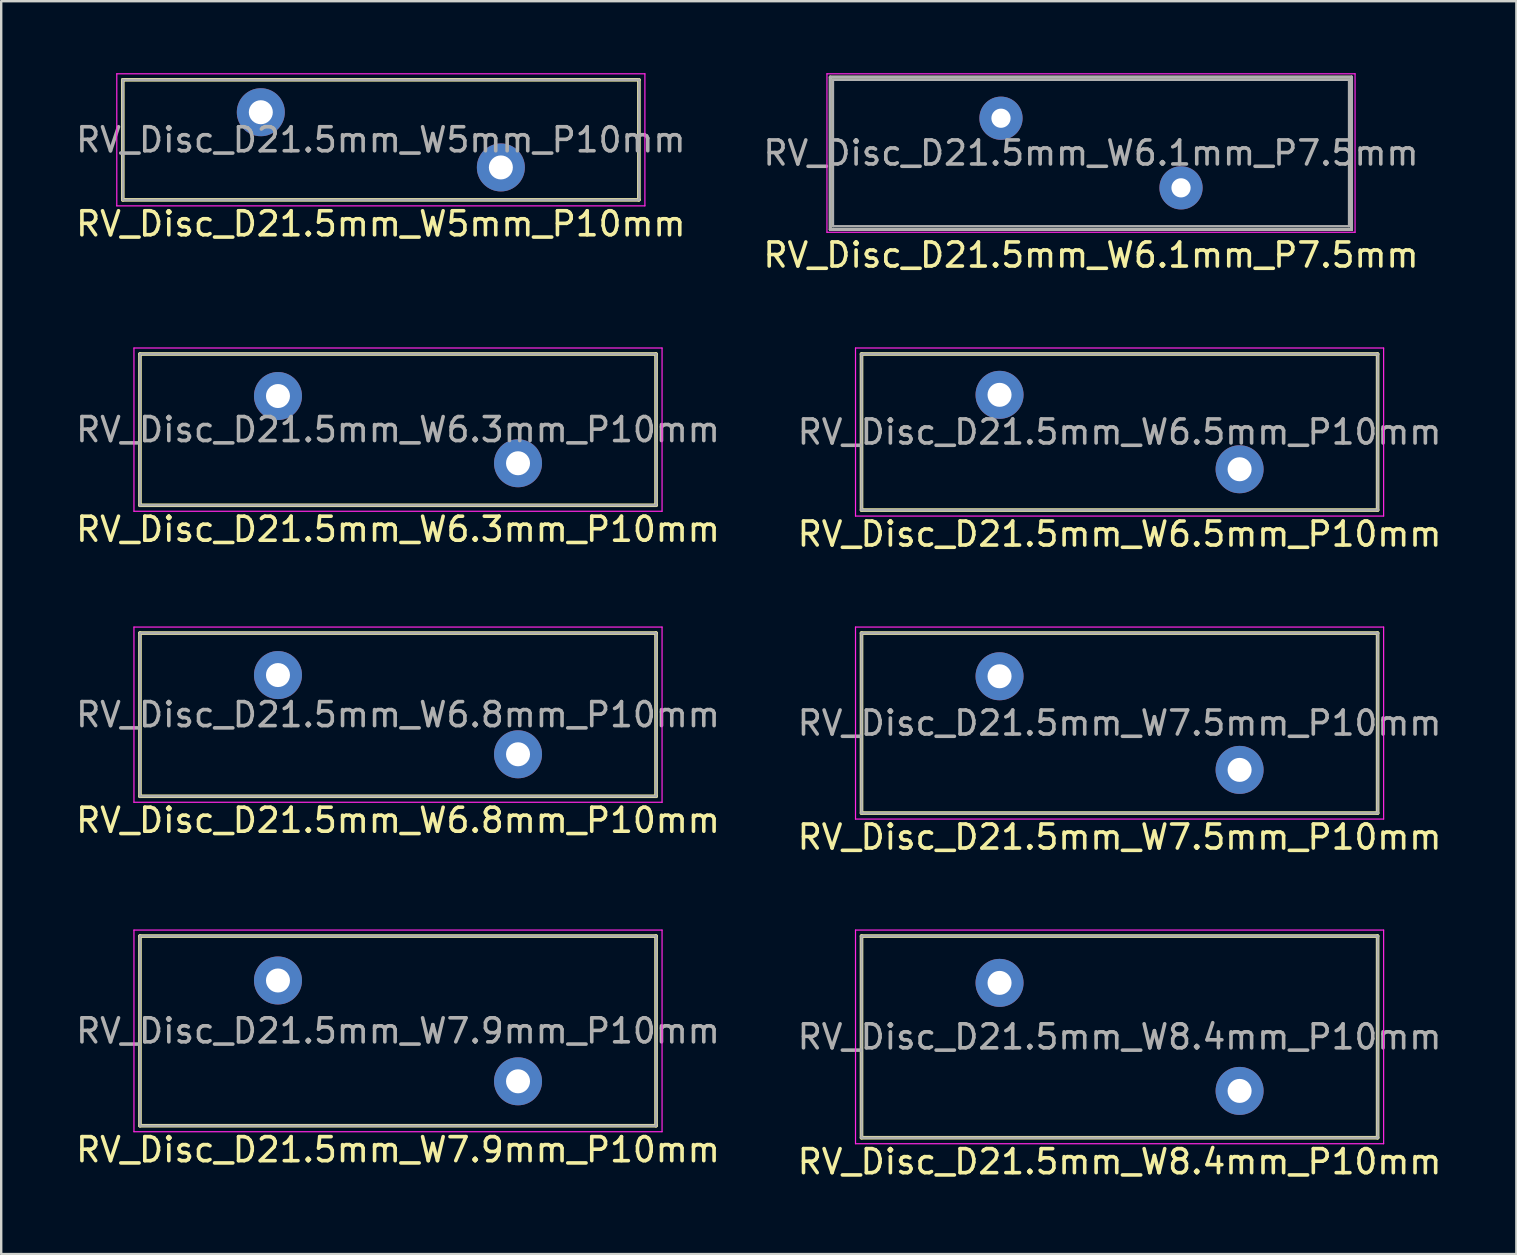
<source format=kicad_pcb>
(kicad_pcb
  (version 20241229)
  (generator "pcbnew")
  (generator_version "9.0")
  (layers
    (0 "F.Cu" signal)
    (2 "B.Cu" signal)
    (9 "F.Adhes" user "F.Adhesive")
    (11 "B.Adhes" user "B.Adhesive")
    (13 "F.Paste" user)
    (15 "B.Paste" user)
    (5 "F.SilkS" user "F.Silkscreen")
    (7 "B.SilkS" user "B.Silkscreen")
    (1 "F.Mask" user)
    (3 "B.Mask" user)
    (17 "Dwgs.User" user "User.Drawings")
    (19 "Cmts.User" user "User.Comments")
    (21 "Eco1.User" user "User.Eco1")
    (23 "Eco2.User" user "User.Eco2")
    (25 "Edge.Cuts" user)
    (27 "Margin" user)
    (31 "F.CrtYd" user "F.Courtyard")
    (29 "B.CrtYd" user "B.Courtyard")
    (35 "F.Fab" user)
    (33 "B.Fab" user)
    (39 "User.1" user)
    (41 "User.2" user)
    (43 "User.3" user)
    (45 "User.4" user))
  (footprint "RV_Disc_D21.5mm_W8.4mm_P10mm"
    (layer "F.Cu")
    (at 38.589 37.895)
    (property "Reference" "RV_Disc_D21.5mm_W8.4mm_P10mm" (at 5 7.45 0) (layer "F.SilkS") (effects (font (size 1 1) (thickness 0.15))))
    (attr through_hole)
    (fp_line (start -5.75 -1.95) (end -5.75 6.45) (stroke (width 0.15) (type solid)) (layer "F.SilkS"))
    (fp_line (start -5.75 -1.95) (end 15.75 -1.95) (stroke (width 0.15) (type solid)) (layer "F.SilkS"))
    (fp_line (start -5.75 6.45) (end 15.75 6.45) (stroke (width 0.15) (type solid)) (layer "F.SilkS"))
    (fp_line (start 15.75 -1.95) (end 15.75 6.45) (stroke (width 0.15) (type solid)) (layer "F.SilkS"))
    (fp_line (start -6 -2.2) (end -6 6.7) (stroke (width 0.05) (type solid)) (layer "F.CrtYd"))
    (fp_line (start -6 -2.2) (end 16 -2.2) (stroke (width 0.05) (type solid)) (layer "F.CrtYd"))
    (fp_line (start -6 6.7) (end 16 6.7) (stroke (width 0.05) (type solid)) (layer "F.CrtYd"))
    (fp_line (start 16 -2.2) (end 16 6.7) (stroke (width 0.05) (type solid)) (layer "F.CrtYd"))
    (fp_line (start -5.75 -1.95) (end -5.75 6.45) (stroke (width 0.1) (type solid)) (layer "F.Fab"))
    (fp_line (start -5.75 -1.95) (end 15.75 -1.95) (stroke (width 0.1) (type solid)) (layer "F.Fab"))
    (fp_line (start -5.75 6.45) (end 15.75 6.45) (stroke (width 0.1) (type solid)) (layer "F.Fab"))
    (fp_line (start 15.75 -1.95) (end 15.75 6.45) (stroke (width 0.1) (type solid)) (layer "F.Fab"))
    (fp_text user "${REFERENCE}" (at 5 2.25 0) (layer "F.Fab") (effects (font (size 1 1) (thickness 0.15))))
    (pad "1" thru_hole circle (at 0 0) (size 2 2) (drill 1) (layers "*.Cu" "*.Mask"))
    (pad "2" thru_hole circle (at 10 4.5) (size 2 2) (drill 1) (layers "*.Cu" "*.Mask")))
  (footprint "RV_Disc_D21.5mm_W7.9mm_P10mm"
    (layer "F.Cu")
    (at 8.53 37.795)
    (property "Reference" "RV_Disc_D21.5mm_W7.9mm_P10mm" (at 5 7.05 0) (layer "F.SilkS") (effects (font (size 1 1) (thickness 0.15))))
    (attr through_hole)
    (fp_line (start -5.75 -1.85) (end -5.75 6.05) (stroke (width 0.15) (type solid)) (layer "F.SilkS"))
    (fp_line (start -5.75 -1.85) (end 15.75 -1.85) (stroke (width 0.15) (type solid)) (layer "F.SilkS"))
    (fp_line (start -5.75 6.05) (end 15.75 6.05) (stroke (width 0.15) (type solid)) (layer "F.SilkS"))
    (fp_line (start 15.75 -1.85) (end 15.75 6.05) (stroke (width 0.15) (type solid)) (layer "F.SilkS"))
    (fp_line (start -6 -2.1) (end -6 6.3) (stroke (width 0.05) (type solid)) (layer "F.CrtYd"))
    (fp_line (start -6 -2.1) (end 16 -2.1) (stroke (width 0.05) (type solid)) (layer "F.CrtYd"))
    (fp_line (start -6 6.3) (end 16 6.3) (stroke (width 0.05) (type solid)) (layer "F.CrtYd"))
    (fp_line (start 16 -2.1) (end 16 6.3) (stroke (width 0.05) (type solid)) (layer "F.CrtYd"))
    (fp_line (start -5.75 -1.85) (end -5.75 6.05) (stroke (width 0.1) (type solid)) (layer "F.Fab"))
    (fp_line (start -5.75 -1.85) (end 15.75 -1.85) (stroke (width 0.1) (type solid)) (layer "F.Fab"))
    (fp_line (start -5.75 6.05) (end 15.75 6.05) (stroke (width 0.1) (type solid)) (layer "F.Fab"))
    (fp_line (start 15.75 -1.85) (end 15.75 6.05) (stroke (width 0.1) (type solid)) (layer "F.Fab"))
    (fp_text user "${REFERENCE}" (at 5 2.1 0) (layer "F.Fab") (effects (font (size 1 1) (thickness 0.15))))
    (pad "1" thru_hole circle (at 0 0) (size 2 2) (drill 1) (layers "*.Cu" "*.Mask"))
    (pad "2" thru_hole circle (at 10 4.2) (size 2 2) (drill 1) (layers "*.Cu" "*.Mask")))
  (footprint "RV_Disc_D21.5mm_W6.1mm_P7.5mm"
    (layer "F.Cu")
    (at 38.649 1.875)
    (property "Reference" "RV_Disc_D21.5mm_W6.1mm_P7.5mm" (at 3.75 5.7 0) (layer "F.SilkS") (effects (font (size 1 1) (thickness 0.15))))
    (attr through_hole)
    (fp_line (start -7.112 -1.714) (end 14.605 -1.714) (stroke (width 0.12) (type solid)) (layer "F.SilkS"))
    (fp_line (start -7.112 4.636) (end -7.112 -1.714) (stroke (width 0.12) (type solid)) (layer "F.SilkS"))
    (fp_line (start 14.605 -1.714) (end 14.605 4.636) (stroke (width 0.12) (type solid)) (layer "F.SilkS"))
    (fp_line (start 14.605 4.636) (end -7.112 4.636) (stroke (width 0.12) (type solid)) (layer "F.SilkS"))
    (fp_line (start -7.25 -1.85) (end -7.25 4.75) (stroke (width 0.05) (type solid)) (layer "F.CrtYd"))
    (fp_line (start -7.25 -1.85) (end 14.75 -1.85) (stroke (width 0.05) (type solid)) (layer "F.CrtYd"))
    (fp_line (start -7.25 4.75) (end 14.75 4.75) (stroke (width 0.05) (type solid)) (layer "F.CrtYd"))
    (fp_line (start 14.75 -1.85) (end 14.75 4.75) (stroke (width 0.05) (type solid)) (layer "F.CrtYd"))
    (fp_line (start -7.112 -1.714) (end 14.605 -1.714) (stroke (width 0.12) (type solid)) (layer "F.Fab"))
    (fp_line (start -7.112 4.636) (end -7.112 -1.714) (stroke (width 0.12) (type solid)) (layer "F.Fab"))
    (fp_line (start -7 -1.6) (end -7 4.5) (stroke (width 0.1) (type solid)) (layer "F.Fab"))
    (fp_line (start -7 -1.6) (end 14.5 -1.6) (stroke (width 0.1) (type solid)) (layer "F.Fab"))
    (fp_line (start -7 4.5) (end 14.5 4.5) (stroke (width 0.1) (type solid)) (layer "F.Fab"))
    (fp_line (start 14.5 -1.6) (end 14.5 4.5) (stroke (width 0.1) (type solid)) (layer "F.Fab"))
    (fp_line (start 14.605 -1.714) (end 14.605 4.636) (stroke (width 0.12) (type solid)) (layer "F.Fab"))
    (fp_line (start 14.605 4.636) (end -7.112 4.636) (stroke (width 0.12) (type solid)) (layer "F.Fab"))
    (fp_text user "${REFERENCE}" (at 3.75 1.45 0) (layer "F.Fab") (effects (font (size 1 1) (thickness 0.15))))
    (pad "1" thru_hole circle (at 0 0) (size 1.8 1.8) (drill 0.8) (layers "*.Cu" "*.Mask"))
    (pad "2" thru_hole circle (at 7.5 2.9) (size 1.8 1.8) (drill 0.8) (layers "*.Cu" "*.Mask")))
  (footprint "RV_Disc_D21.5mm_W6.5mm_P10mm"
    (layer "F.Cu")
    (at 38.589 13.398)
    (property "Reference" "RV_Disc_D21.5mm_W6.5mm_P10mm" (at 5 5.8 0) (layer "F.SilkS") (effects (font (size 1 1) (thickness 0.15))))
    (attr through_hole)
    (fp_line (start -5.75 -1.7) (end -5.75 4.8) (stroke (width 0.15) (type solid)) (layer "F.SilkS"))
    (fp_line (start -5.75 -1.7) (end 15.75 -1.7) (stroke (width 0.15) (type solid)) (layer "F.SilkS"))
    (fp_line (start -5.75 4.8) (end 15.75 4.8) (stroke (width 0.15) (type solid)) (layer "F.SilkS"))
    (fp_line (start 15.75 -1.7) (end 15.75 4.8) (stroke (width 0.15) (type solid)) (layer "F.SilkS"))
    (fp_line (start -6 -1.95) (end -6 5.05) (stroke (width 0.05) (type solid)) (layer "F.CrtYd"))
    (fp_line (start -6 -1.95) (end 16 -1.95) (stroke (width 0.05) (type solid)) (layer "F.CrtYd"))
    (fp_line (start -6 5.05) (end 16 5.05) (stroke (width 0.05) (type solid)) (layer "F.CrtYd"))
    (fp_line (start 16 -1.95) (end 16 5.05) (stroke (width 0.05) (type solid)) (layer "F.CrtYd"))
    (fp_line (start -5.75 -1.7) (end -5.75 4.8) (stroke (width 0.1) (type solid)) (layer "F.Fab"))
    (fp_line (start -5.75 -1.7) (end 15.75 -1.7) (stroke (width 0.1) (type solid)) (layer "F.Fab"))
    (fp_line (start -5.75 4.8) (end 15.75 4.8) (stroke (width 0.1) (type solid)) (layer "F.Fab"))
    (fp_line (start 15.75 -1.7) (end 15.75 4.8) (stroke (width 0.1) (type solid)) (layer "F.Fab"))
    (fp_text user "${REFERENCE}" (at 5 1.55 0) (layer "F.Fab") (effects (font (size 1 1) (thickness 0.15))))
    (pad "1" thru_hole circle (at 0 0) (size 2 2) (drill 1) (layers "*.Cu" "*.Mask"))
    (pad "2" thru_hole circle (at 10 3.1) (size 2 2) (drill 1) (layers "*.Cu" "*.Mask")))
  (footprint "RV_Disc_D21.5mm_W6.8mm_P10mm"
    (layer "F.Cu")
    (at 8.53 25.072)
    (property "Reference" "RV_Disc_D21.5mm_W6.8mm_P10mm" (at 5 6.05 0) (layer "F.SilkS") (effects (font (size 1 1) (thickness 0.15))))
    (attr through_hole)
    (fp_line (start -5.75 -1.75) (end -5.75 5.05) (stroke (width 0.15) (type solid)) (layer "F.SilkS"))
    (fp_line (start -5.75 -1.75) (end 15.75 -1.75) (stroke (width 0.15) (type solid)) (layer "F.SilkS"))
    (fp_line (start -5.75 5.05) (end 15.75 5.05) (stroke (width 0.15) (type solid)) (layer "F.SilkS"))
    (fp_line (start 15.75 -1.75) (end 15.75 5.05) (stroke (width 0.15) (type solid)) (layer "F.SilkS"))
    (fp_line (start -6 -2) (end -6 5.3) (stroke (width 0.05) (type solid)) (layer "F.CrtYd"))
    (fp_line (start -6 -2) (end 16 -2) (stroke (width 0.05) (type solid)) (layer "F.CrtYd"))
    (fp_line (start -6 5.3) (end 16 5.3) (stroke (width 0.05) (type solid)) (layer "F.CrtYd"))
    (fp_line (start 16 -2) (end 16 5.3) (stroke (width 0.05) (type solid)) (layer "F.CrtYd"))
    (fp_line (start -5.75 -1.75) (end -5.75 5.05) (stroke (width 0.1) (type solid)) (layer "F.Fab"))
    (fp_line (start -5.75 -1.75) (end 15.75 -1.75) (stroke (width 0.1) (type solid)) (layer "F.Fab"))
    (fp_line (start -5.75 5.05) (end 15.75 5.05) (stroke (width 0.1) (type solid)) (layer "F.Fab"))
    (fp_line (start 15.75 -1.75) (end 15.75 5.05) (stroke (width 0.1) (type solid)) (layer "F.Fab"))
    (fp_text user "${REFERENCE}" (at 5 1.65 0) (layer "F.Fab") (effects (font (size 1 1) (thickness 0.15))))
    (pad "1" thru_hole circle (at 0 0) (size 2 2) (drill 1) (layers "*.Cu" "*.Mask"))
    (pad "2" thru_hole circle (at 10 3.3) (size 2 2) (drill 1) (layers "*.Cu" "*.Mask")))
  (footprint "RV_Disc_D21.5mm_W6.3mm_P10mm"
    (layer "F.Cu")
    (at 8.53 13.448)
    (property "Reference" "RV_Disc_D21.5mm_W6.3mm_P10mm" (at 5 5.55 0) (layer "F.SilkS") (effects (font (size 1 1) (thickness 0.15))))
    (attr through_hole)
    (fp_line (start -5.75 -1.75) (end -5.75 4.55) (stroke (width 0.15) (type solid)) (layer "F.SilkS"))
    (fp_line (start -5.75 -1.75) (end 15.75 -1.75) (stroke (width 0.15) (type solid)) (layer "F.SilkS"))
    (fp_line (start -5.75 4.55) (end 15.75 4.55) (stroke (width 0.15) (type solid)) (layer "F.SilkS"))
    (fp_line (start 15.75 -1.75) (end 15.75 4.55) (stroke (width 0.15) (type solid)) (layer "F.SilkS"))
    (fp_line (start -6 -2) (end -6 4.8) (stroke (width 0.05) (type solid)) (layer "F.CrtYd"))
    (fp_line (start -6 -2) (end 16 -2) (stroke (width 0.05) (type solid)) (layer "F.CrtYd"))
    (fp_line (start -6 4.8) (end 16 4.8) (stroke (width 0.05) (type solid)) (layer "F.CrtYd"))
    (fp_line (start 16 -2) (end 16 4.8) (stroke (width 0.05) (type solid)) (layer "F.CrtYd"))
    (fp_line (start -5.75 -1.75) (end -5.75 4.55) (stroke (width 0.1) (type solid)) (layer "F.Fab"))
    (fp_line (start -5.75 -1.75) (end 15.75 -1.75) (stroke (width 0.1) (type solid)) (layer "F.Fab"))
    (fp_line (start -5.75 4.55) (end 15.75 4.55) (stroke (width 0.1) (type solid)) (layer "F.Fab"))
    (fp_line (start 15.75 -1.75) (end 15.75 4.55) (stroke (width 0.1) (type solid)) (layer "F.Fab"))
    (fp_text user "${REFERENCE}" (at 5 1.4 0) (layer "F.Fab") (effects (font (size 1 1) (thickness 0.15))))
    (pad "1" thru_hole circle (at 0 0) (size 2 2) (drill 1) (layers "*.Cu" "*.Mask"))
    (pad "2" thru_hole circle (at 10 2.8) (size 2 2) (drill 1) (layers "*.Cu" "*.Mask")))
  (footprint "RV_Disc_D21.5mm_W7.5mm_P10mm"
    (layer "F.Cu")
    (at 38.589 25.122)
    (property "Reference" "RV_Disc_D21.5mm_W7.5mm_P10mm" (at 5 6.7 0) (layer "F.SilkS") (effects (font (size 1 1) (thickness 0.15))))
    (attr through_hole)
    (fp_line (start -5.75 -1.8) (end -5.75 5.7) (stroke (width 0.15) (type solid)) (layer "F.SilkS"))
    (fp_line (start -5.75 -1.8) (end 15.75 -1.8) (stroke (width 0.15) (type solid)) (layer "F.SilkS"))
    (fp_line (start -5.75 5.7) (end 15.75 5.7) (stroke (width 0.15) (type solid)) (layer "F.SilkS"))
    (fp_line (start 15.75 -1.8) (end 15.75 5.7) (stroke (width 0.15) (type solid)) (layer "F.SilkS"))
    (fp_line (start -6 -2.05) (end -6 5.95) (stroke (width 0.05) (type solid)) (layer "F.CrtYd"))
    (fp_line (start -6 -2.05) (end 16 -2.05) (stroke (width 0.05) (type solid)) (layer "F.CrtYd"))
    (fp_line (start -6 5.95) (end 16 5.95) (stroke (width 0.05) (type solid)) (layer "F.CrtYd"))
    (fp_line (start 16 -2.05) (end 16 5.95) (stroke (width 0.05) (type solid)) (layer "F.CrtYd"))
    (fp_line (start -5.75 -1.8) (end -5.75 5.7) (stroke (width 0.1) (type solid)) (layer "F.Fab"))
    (fp_line (start -5.75 -1.8) (end 15.75 -1.8) (stroke (width 0.1) (type solid)) (layer "F.Fab"))
    (fp_line (start -5.75 5.7) (end 15.75 5.7) (stroke (width 0.1) (type solid)) (layer "F.Fab"))
    (fp_line (start 15.75 -1.8) (end 15.75 5.7) (stroke (width 0.1) (type solid)) (layer "F.Fab"))
    (fp_text user "${REFERENCE}" (at 5 1.95 0) (layer "F.Fab") (effects (font (size 1 1) (thickness 0.15))))
    (pad "1" thru_hole circle (at 0 0) (size 2 2) (drill 1) (layers "*.Cu" "*.Mask"))
    (pad "2" thru_hole circle (at 10 3.9) (size 2 2) (drill 1) (layers "*.Cu" "*.Mask")))
  (footprint "RV_Disc_D21.5mm_W5mm_P10mm"
    (layer "F.Cu")
    (at 7.815 1.625)
    (property "Reference" "RV_Disc_D21.5mm_W5mm_P10mm" (at 5 4.65 0) (layer "F.SilkS") (effects (font (size 1 1) (thickness 0.15))))
    (attr through_hole)
    (fp_line (start -5.75 -1.35) (end -5.75 3.65) (stroke (width 0.15) (type solid)) (layer "F.SilkS"))
    (fp_line (start -5.75 -1.35) (end 15.75 -1.35) (stroke (width 0.15) (type solid)) (layer "F.SilkS"))
    (fp_line (start -5.75 3.65) (end 15.75 3.65) (stroke (width 0.15) (type solid)) (layer "F.SilkS"))
    (fp_line (start 15.75 -1.35) (end 15.75 3.65) (stroke (width 0.15) (type solid)) (layer "F.SilkS"))
    (fp_line (start -6 -1.6) (end -6 3.9) (stroke (width 0.05) (type solid)) (layer "F.CrtYd"))
    (fp_line (start -6 -1.6) (end 16 -1.6) (stroke (width 0.05) (type solid)) (layer "F.CrtYd"))
    (fp_line (start -6 3.9) (end 16 3.9) (stroke (width 0.05) (type solid)) (layer "F.CrtYd"))
    (fp_line (start 16 -1.6) (end 16 3.9) (stroke (width 0.05) (type solid)) (layer "F.CrtYd"))
    (fp_line (start -5.75 -1.35) (end -5.75 3.65) (stroke (width 0.1) (type solid)) (layer "F.Fab"))
    (fp_line (start -5.75 -1.35) (end 15.75 -1.35) (stroke (width 0.1) (type solid)) (layer "F.Fab"))
    (fp_line (start -5.75 3.65) (end 15.75 3.65) (stroke (width 0.1) (type solid)) (layer "F.Fab"))
    (fp_line (start 15.75 -1.35) (end 15.75 3.65) (stroke (width 0.1) (type solid)) (layer "F.Fab"))
    (fp_text user "${REFERENCE}" (at 5 1.15 0) (layer "F.Fab") (effects (font (size 1 1) (thickness 0.15))))
    (pad "1" thru_hole circle (at 0 0) (size 2 2) (drill 1) (layers "*.Cu" "*.Mask"))
    (pad "2" thru_hole circle (at 10 2.3) (size 2 2) (drill 1) (layers "*.Cu" "*.Mask")))
  (gr_rect
    (start -3 -3)
    (end 60.119 49.193)
    (stroke (width 0.1) (type default))
    (fill no)
    (layer "Edge.Cuts")))
</source>
